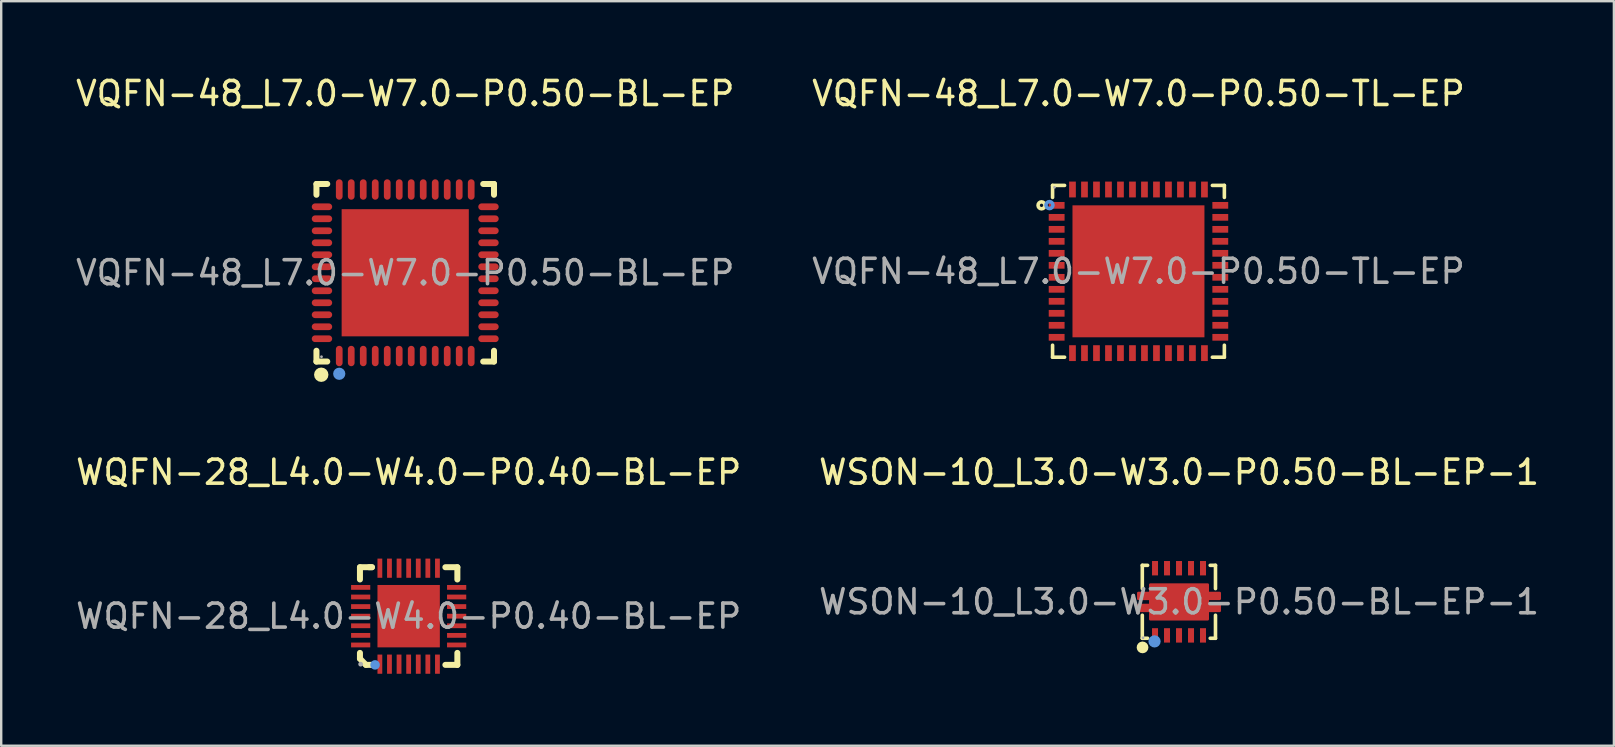
<source format=kicad_pcb>
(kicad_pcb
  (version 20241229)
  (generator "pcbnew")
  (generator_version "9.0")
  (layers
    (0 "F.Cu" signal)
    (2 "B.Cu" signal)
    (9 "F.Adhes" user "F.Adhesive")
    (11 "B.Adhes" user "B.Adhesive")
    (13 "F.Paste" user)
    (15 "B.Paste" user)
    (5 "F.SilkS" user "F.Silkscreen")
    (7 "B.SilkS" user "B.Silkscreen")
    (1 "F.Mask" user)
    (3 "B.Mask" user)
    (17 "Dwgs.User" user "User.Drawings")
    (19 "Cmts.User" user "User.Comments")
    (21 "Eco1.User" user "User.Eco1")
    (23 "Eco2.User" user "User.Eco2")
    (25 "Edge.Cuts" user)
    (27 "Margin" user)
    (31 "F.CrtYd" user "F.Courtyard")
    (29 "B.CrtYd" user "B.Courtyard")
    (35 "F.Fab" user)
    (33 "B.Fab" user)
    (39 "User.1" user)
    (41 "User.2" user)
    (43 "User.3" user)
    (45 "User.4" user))
  (footprint "VQFN-48_L7.0-W7.0-P0.50-BL-EP"
    (layer "F.Cu")
    (at 13.839 8.318)
    (property "Reference" "VQFN-48_L7.0-W7.0-P0.50-BL-EP" (at 0 -7.47 0) (layer "F.SilkS") (effects (font (size 1 1) (thickness 0.15))))
    (attr through_hole)
    (fp_line (start -3.7 -3.7) (end -3.25 -3.7) (stroke (width 0.25) (type solid)) (layer "F.SilkS"))
    (fp_line (start -3.7 -3.25) (end -3.7 -3.7) (stroke (width 0.25) (type solid)) (layer "F.SilkS"))
    (fp_line (start -3.7 3.7) (end -3.7 3.25) (stroke (width 0.25) (type solid)) (layer "F.SilkS"))
    (fp_line (start -3.25 3.7) (end -3.7 3.7) (stroke (width 0.25) (type solid)) (layer "F.SilkS"))
    (fp_line (start 3.25 3.7) (end 3.7 3.7) (stroke (width 0.25) (type solid)) (layer "F.SilkS"))
    (fp_line (start 3.7 -3.7) (end 3.25 -3.7) (stroke (width 0.25) (type solid)) (layer "F.SilkS"))
    (fp_line (start 3.7 -3.25) (end 3.7 -3.7) (stroke (width 0.25) (type solid)) (layer "F.SilkS"))
    (fp_line (start 3.7 3.7) (end 3.7 3.25) (stroke (width 0.25) (type solid)) (layer "F.SilkS"))
    (fp_arc (start -3.5 4.25) (mid -3.5 4.25) (end -3.5 4.25) (stroke (width 0.3) (type solid)) (layer "F.SilkS"))
    (fp_circle (center -2.75 4.21) (end -2.62 4.21) (stroke (width 0.25) (type solid)) (fill no) (layer "Cmts.User"))
    (fp_circle (center -3.49 3.5) (end -3.46 3.5) (stroke (width 0.06) (type solid)) (fill no) (layer "F.Fab"))
    (fp_text user "${REFERENCE}" (at 0 0 0) (layer "F.Fab") (effects (font (size 1 1) (thickness 0.15))))
    (pad "1" smd oval (at -2.75 3.47) (size 0.28 0.85) (layers "F.Cu" "F.Mask" "F.Paste"))
    (pad "2" smd oval (at -2.25 3.47) (size 0.28 0.85) (layers "F.Cu" "F.Mask" "F.Paste"))
    (pad "3" smd oval (at -1.75 3.47) (size 0.28 0.85) (layers "F.Cu" "F.Mask" "F.Paste"))
    (pad "4" smd oval (at -1.25 3.47) (size 0.28 0.85) (layers "F.Cu" "F.Mask" "F.Paste"))
    (pad "5" smd oval (at -0.75 3.47) (size 0.28 0.85) (layers "F.Cu" "F.Mask" "F.Paste"))
    (pad "6" smd oval (at -0.25 3.47) (size 0.28 0.85) (layers "F.Cu" "F.Mask" "F.Paste"))
    (pad "7" smd oval (at 0.25 3.47) (size 0.28 0.85) (layers "F.Cu" "F.Mask" "F.Paste"))
    (pad "8" smd oval (at 0.75 3.47) (size 0.28 0.85) (layers "F.Cu" "F.Mask" "F.Paste"))
    (pad "9" smd oval (at 1.25 3.47) (size 0.28 0.85) (layers "F.Cu" "F.Mask" "F.Paste"))
    (pad "10" smd oval (at 1.75 3.47) (size 0.28 0.85) (layers "F.Cu" "F.Mask" "F.Paste"))
    (pad "11" smd oval (at 2.25 3.47) (size 0.28 0.85) (layers "F.Cu" "F.Mask" "F.Paste"))
    (pad "12" smd oval (at 2.75 3.47) (size 0.28 0.85) (layers "F.Cu" "F.Mask" "F.Paste"))
    (pad "13" smd oval (at 3.47 2.75) (size 0.85 0.28) (layers "F.Cu" "F.Mask" "F.Paste"))
    (pad "14" smd oval (at 3.47 2.25) (size 0.85 0.28) (layers "F.Cu" "F.Mask" "F.Paste"))
    (pad "15" smd oval (at 3.47 1.75) (size 0.85 0.28) (layers "F.Cu" "F.Mask" "F.Paste"))
    (pad "16" smd oval (at 3.47 1.25) (size 0.85 0.28) (layers "F.Cu" "F.Mask" "F.Paste"))
    (pad "17" smd oval (at 3.47 0.75) (size 0.85 0.28) (layers "F.Cu" "F.Mask" "F.Paste"))
    (pad "18" smd oval (at 3.47 0.25) (size 0.85 0.28) (layers "F.Cu" "F.Mask" "F.Paste"))
    (pad "19" smd oval (at 3.47 -0.25) (size 0.85 0.28) (layers "F.Cu" "F.Mask" "F.Paste"))
    (pad "20" smd oval (at 3.47 -0.75) (size 0.85 0.28) (layers "F.Cu" "F.Mask" "F.Paste"))
    (pad "21" smd oval (at 3.47 -1.25) (size 0.85 0.28) (layers "F.Cu" "F.Mask" "F.Paste"))
    (pad "22" smd oval (at 3.47 -1.75) (size 0.85 0.28) (layers "F.Cu" "F.Mask" "F.Paste"))
    (pad "23" smd oval (at 3.47 -2.25) (size 0.85 0.28) (layers "F.Cu" "F.Mask" "F.Paste"))
    (pad "24" smd oval (at 3.47 -2.75) (size 0.85 0.28) (layers "F.Cu" "F.Mask" "F.Paste"))
    (pad "25" smd oval (at 2.75 -3.47) (size 0.28 0.85) (layers "F.Cu" "F.Mask" "F.Paste"))
    (pad "26" smd oval (at 2.25 -3.47) (size 0.28 0.85) (layers "F.Cu" "F.Mask" "F.Paste"))
    (pad "27" smd oval (at 1.75 -3.47) (size 0.28 0.85) (layers "F.Cu" "F.Mask" "F.Paste"))
    (pad "28" smd oval (at 1.25 -3.47) (size 0.28 0.85) (layers "F.Cu" "F.Mask" "F.Paste"))
    (pad "29" smd oval (at 0.75 -3.47) (size 0.28 0.85) (layers "F.Cu" "F.Mask" "F.Paste"))
    (pad "30" smd oval (at 0.25 -3.47) (size 0.28 0.85) (layers "F.Cu" "F.Mask" "F.Paste"))
    (pad "31" smd oval (at -0.25 -3.47) (size 0.28 0.85) (layers "F.Cu" "F.Mask" "F.Paste"))
    (pad "32" smd oval (at -0.75 -3.47) (size 0.28 0.85) (layers "F.Cu" "F.Mask" "F.Paste"))
    (pad "33" smd oval (at -1.25 -3.47) (size 0.28 0.85) (layers "F.Cu" "F.Mask" "F.Paste"))
    (pad "34" smd oval (at -1.75 -3.47) (size 0.28 0.85) (layers "F.Cu" "F.Mask" "F.Paste"))
    (pad "35" smd oval (at -2.25 -3.47) (size 0.28 0.85) (layers "F.Cu" "F.Mask" "F.Paste"))
    (pad "36" smd oval (at -2.75 -3.47) (size 0.28 0.85) (layers "F.Cu" "F.Mask" "F.Paste"))
    (pad "37" smd oval (at -3.47 -2.75) (size 0.85 0.28) (layers "F.Cu" "F.Mask" "F.Paste"))
    (pad "38" smd oval (at -3.47 -2.25) (size 0.85 0.28) (layers "F.Cu" "F.Mask" "F.Paste"))
    (pad "39" smd oval (at -3.47 -1.75) (size 0.85 0.28) (layers "F.Cu" "F.Mask" "F.Paste"))
    (pad "40" smd oval (at -3.47 -1.25) (size 0.85 0.28) (layers "F.Cu" "F.Mask" "F.Paste"))
    (pad "41" smd oval (at -3.47 -0.75) (size 0.85 0.28) (layers "F.Cu" "F.Mask" "F.Paste"))
    (pad "42" smd oval (at -3.47 -0.25) (size 0.85 0.28) (layers "F.Cu" "F.Mask" "F.Paste"))
    (pad "43" smd oval (at -3.47 0.25) (size 0.85 0.28) (layers "F.Cu" "F.Mask" "F.Paste"))
    (pad "44" smd oval (at -3.47 0.75) (size 0.85 0.28) (layers "F.Cu" "F.Mask" "F.Paste"))
    (pad "45" smd oval (at -3.47 1.25) (size 0.85 0.28) (layers "F.Cu" "F.Mask" "F.Paste"))
    (pad "46" smd oval (at -3.47 1.75) (size 0.85 0.28) (layers "F.Cu" "F.Mask" "F.Paste"))
    (pad "47" smd oval (at -3.47 2.25) (size 0.85 0.28) (layers "F.Cu" "F.Mask" "F.Paste"))
    (pad "48" smd oval (at -3.47 2.75) (size 0.85 0.28) (layers "F.Cu" "F.Mask" "F.Paste"))
    (pad "49" smd rect (at 0 0) (size 5.3 5.3) (layers "F.Cu" "F.Mask" "F.Paste")))
  (footprint "WSON-10_L3.0-W3.0-P0.50-BL-EP-1"
    (layer "F.Cu")
    (at 46.089 22.032)
    (property "Reference" "WSON-10_L3.0-W3.0-P0.50-BL-EP-1" (at 0 -5.4 0) (layer "F.SilkS") (effects (font (size 1 1) (thickness 0.15))))
    (attr through_hole)
    (fp_line (start -1.53 -1.52) (end -1.53 -0.55) (stroke (width 0.15) (type solid)) (layer "F.SilkS"))
    (fp_line (start -1.53 0.56) (end -1.53 1.52) (stroke (width 0.15) (type solid)) (layer "F.SilkS"))
    (fp_line (start -1.53 1.52) (end -1.31 1.52) (stroke (width 0.15) (type solid)) (layer "F.SilkS"))
    (fp_line (start -1.31 -1.52) (end -1.53 -1.52) (stroke (width 0.15) (type solid)) (layer "F.SilkS"))
    (fp_line (start 1.3 1.52) (end 1.52 1.52) (stroke (width 0.15) (type solid)) (layer "F.SilkS"))
    (fp_line (start 1.52 -1.52) (end 1.3 -1.52) (stroke (width 0.15) (type solid)) (layer "F.SilkS"))
    (fp_line (start 1.52 -0.55) (end 1.52 -1.52) (stroke (width 0.15) (type solid)) (layer "F.SilkS"))
    (fp_line (start 1.52 1.52) (end 1.52 0.56) (stroke (width 0.15) (type solid)) (layer "F.SilkS"))
    (fp_arc (start -1.52 1.78) (mid -1.514996 2.019896) (end -1.53 1.780417) (stroke (width 0.25) (type solid)) (layer "F.SilkS"))
    (fp_circle (center -1.02 1.65) (end -0.89 1.65) (stroke (width 0.25) (type solid)) (fill no) (layer "Cmts.User"))
    (fp_circle (center -1.5 1.5) (end -1.47 1.5) (stroke (width 0.06) (type solid)) (fill no) (layer "F.Fab"))
    (fp_text user "${REFERENCE}" (at 0 0 0) (layer "F.Fab") (effects (font (size 1 1) (thickness 0.15))))
    (pad "1" smd rect (at -1 1.4 180) (size 0.25 0.6) (layers "F.Cu" "F.Mask" "F.Paste"))
    (pad "2" smd rect (at -0.5 1.4 180) (size 0.25 0.6) (layers "F.Cu" "F.Mask" "F.Paste"))
    (pad "3" smd rect (at 0 1.4 180) (size 0.25 0.6) (layers "F.Cu" "F.Mask" "F.Paste"))
    (pad "4" smd rect (at 0.5 1.4 180) (size 0.25 0.6) (layers "F.Cu" "F.Mask" "F.Paste"))
    (pad "5" smd rect (at 1 1.4 180) (size 0.25 0.6) (layers "F.Cu" "F.Mask" "F.Paste"))
    (pad "6" smd rect (at 1 -1.4) (size 0.25 0.6) (layers "F.Cu" "F.Mask" "F.Paste"))
    (pad "7" smd rect (at 0.5 -1.4) (size 0.25 0.6) (layers "F.Cu" "F.Mask" "F.Paste"))
    (pad "8" smd rect (at 0 -1.4) (size 0.25 0.6) (layers "F.Cu" "F.Mask" "F.Paste"))
    (pad "9" smd rect (at -0.5 -1.4) (size 0.25 0.6) (layers "F.Cu" "F.Mask" "F.Paste"))
    (pad "10" smd rect (at -1 -1.4) (size 0.25 0.6) (layers "F.Cu" "F.Mask" "F.Paste"))
    (pad "11" smd custom (at 0 0) (size 1 1) (layers "F.Cu" "F.Mask" "F.Paste") (options (anchor circle)) (primitives (gr_poly (pts (xy -1.7 0.13) (xy -1.2 0.13) (xy -1.2 -0.12) (xy -1.7 -0.12) (xy -1.7 -0.37) (xy -1.2 -0.37) (xy -1.2 -0.72) (xy 1.2 -0.72) (xy 1.2 -0.37) (xy 1.7 -0.37) (xy 1.7 -0.12) (xy 1.2 -0.12) (xy 1.2 0.13) (xy 1.7 0.13) (xy 1.7 0.38) (xy 1.2 0.38) (xy 1.2 0.73) (xy -1.2 0.73) (xy -1.2 0.38) (xy -1.7 0.38)) (width 0.1) (fill yes)))))
  (footprint "VQFN-48_L7.0-W7.0-P0.50-TL-EP"
    (layer "F.Cu")
    (at 44.399 8.258)
    (property "Reference" "VQFN-48_L7.0-W7.0-P0.50-TL-EP" (at 0 -7.41 0) (layer "F.SilkS") (effects (font (size 1 1) (thickness 0.15))))
    (attr through_hole)
    (fp_line (start -3.58 -3.58) (end -3.58 -3.08) (stroke (width 0.15) (type solid)) (layer "F.SilkS"))
    (fp_line (start -3.58 3.58) (end -3.58 3.08) (stroke (width 0.15) (type solid)) (layer "F.SilkS"))
    (fp_line (start -3.08 -3.58) (end -3.58 -3.58) (stroke (width 0.15) (type solid)) (layer "F.SilkS"))
    (fp_line (start -3.08 3.58) (end -3.58 3.58) (stroke (width 0.15) (type solid)) (layer "F.SilkS"))
    (fp_line (start 3.08 -3.58) (end 3.58 -3.58) (stroke (width 0.15) (type solid)) (layer "F.SilkS"))
    (fp_line (start 3.08 3.58) (end 3.58 3.58) (stroke (width 0.15) (type solid)) (layer "F.SilkS"))
    (fp_line (start 3.58 -3.58) (end 3.58 -3.08) (stroke (width 0.15) (type solid)) (layer "F.SilkS"))
    (fp_line (start 3.58 3.58) (end 3.58 3.08) (stroke (width 0.15) (type solid)) (layer "F.SilkS"))
    (fp_circle (center -4.04 -2.75) (end -3.97 -2.75) (stroke (width 0.15) (type solid)) (fill no) (layer "F.SilkS"))
    (fp_circle (center -3.71 -2.76) (end -3.64 -2.76) (stroke (width 0.15) (type solid)) (fill no) (layer "Cmts.User"))
    (fp_circle (center -3.5 -3.5) (end -3.47 -3.5) (stroke (width 0.06) (type solid)) (fill no) (layer "F.Fab"))
    (fp_text user "${REFERENCE}" (at 0 0 0) (layer "F.Fab") (effects (font (size 1 1) (thickness 0.15))))
    (pad "1" smd rect (at -3.41 -2.75) (size 0.66 0.28) (layers "F.Cu" "F.Mask" "F.Paste"))
    (pad "2" smd rect (at -3.41 -2.25) (size 0.66 0.28) (layers "F.Cu" "F.Mask" "F.Paste"))
    (pad "3" smd rect (at -3.41 -1.75) (size 0.66 0.28) (layers "F.Cu" "F.Mask" "F.Paste"))
    (pad "4" smd rect (at -3.41 -1.25) (size 0.66 0.28) (layers "F.Cu" "F.Mask" "F.Paste"))
    (pad "5" smd rect (at -3.41 -0.75) (size 0.66 0.28) (layers "F.Cu" "F.Mask" "F.Paste"))
    (pad "6" smd rect (at -3.41 -0.25) (size 0.66 0.28) (layers "F.Cu" "F.Mask" "F.Paste"))
    (pad "7" smd rect (at -3.41 0.25) (size 0.66 0.28) (layers "F.Cu" "F.Mask" "F.Paste"))
    (pad "8" smd rect (at -3.41 0.75) (size 0.66 0.28) (layers "F.Cu" "F.Mask" "F.Paste"))
    (pad "9" smd rect (at -3.41 1.25) (size 0.66 0.28) (layers "F.Cu" "F.Mask" "F.Paste"))
    (pad "10" smd rect (at -3.41 1.75) (size 0.66 0.28) (layers "F.Cu" "F.Mask" "F.Paste"))
    (pad "11" smd rect (at -3.41 2.25) (size 0.66 0.28) (layers "F.Cu" "F.Mask" "F.Paste"))
    (pad "12" smd rect (at -3.41 2.75) (size 0.66 0.28) (layers "F.Cu" "F.Mask" "F.Paste"))
    (pad "13" smd rect (at -2.75 3.41) (size 0.28 0.66) (layers "F.Cu" "F.Mask" "F.Paste"))
    (pad "14" smd rect (at -2.25 3.41) (size 0.28 0.66) (layers "F.Cu" "F.Mask" "F.Paste"))
    (pad "15" smd rect (at -1.75 3.41) (size 0.28 0.66) (layers "F.Cu" "F.Mask" "F.Paste"))
    (pad "16" smd rect (at -1.25 3.41) (size 0.28 0.66) (layers "F.Cu" "F.Mask" "F.Paste"))
    (pad "17" smd rect (at -0.75 3.41) (size 0.28 0.66) (layers "F.Cu" "F.Mask" "F.Paste"))
    (pad "18" smd rect (at -0.25 3.41) (size 0.28 0.66) (layers "F.Cu" "F.Mask" "F.Paste"))
    (pad "19" smd rect (at 0.25 3.41) (size 0.28 0.66) (layers "F.Cu" "F.Mask" "F.Paste"))
    (pad "20" smd rect (at 0.75 3.41) (size 0.28 0.66) (layers "F.Cu" "F.Mask" "F.Paste"))
    (pad "21" smd rect (at 1.25 3.41) (size 0.28 0.66) (layers "F.Cu" "F.Mask" "F.Paste"))
    (pad "22" smd rect (at 1.75 3.41) (size 0.28 0.66) (layers "F.Cu" "F.Mask" "F.Paste"))
    (pad "23" smd rect (at 2.25 3.41) (size 0.28 0.66) (layers "F.Cu" "F.Mask" "F.Paste"))
    (pad "24" smd rect (at 2.75 3.41) (size 0.28 0.66) (layers "F.Cu" "F.Mask" "F.Paste"))
    (pad "25" smd rect (at 3.41 2.75) (size 0.66 0.28) (layers "F.Cu" "F.Mask" "F.Paste"))
    (pad "26" smd rect (at 3.41 2.25) (size 0.66 0.28) (layers "F.Cu" "F.Mask" "F.Paste"))
    (pad "27" smd rect (at 3.41 1.75) (size 0.66 0.28) (layers "F.Cu" "F.Mask" "F.Paste"))
    (pad "28" smd rect (at 3.41 1.25) (size 0.66 0.28) (layers "F.Cu" "F.Mask" "F.Paste"))
    (pad "29" smd rect (at 3.41 0.75) (size 0.66 0.28) (layers "F.Cu" "F.Mask" "F.Paste"))
    (pad "30" smd rect (at 3.41 0.25) (size 0.66 0.28) (layers "F.Cu" "F.Mask" "F.Paste"))
    (pad "31" smd rect (at 3.41 -0.25) (size 0.66 0.28) (layers "F.Cu" "F.Mask" "F.Paste"))
    (pad "32" smd rect (at 3.41 -0.75) (size 0.66 0.28) (layers "F.Cu" "F.Mask" "F.Paste"))
    (pad "33" smd rect (at 3.41 -1.25) (size 0.66 0.28) (layers "F.Cu" "F.Mask" "F.Paste"))
    (pad "34" smd rect (at 3.41 -1.75) (size 0.66 0.28) (layers "F.Cu" "F.Mask" "F.Paste"))
    (pad "35" smd rect (at 3.41 -2.25) (size 0.66 0.28) (layers "F.Cu" "F.Mask" "F.Paste"))
    (pad "36" smd rect (at 3.41 -2.75) (size 0.66 0.28) (layers "F.Cu" "F.Mask" "F.Paste"))
    (pad "37" smd rect (at 2.75 -3.41) (size 0.28 0.66) (layers "F.Cu" "F.Mask" "F.Paste"))
    (pad "38" smd rect (at 2.25 -3.41) (size 0.28 0.66) (layers "F.Cu" "F.Mask" "F.Paste"))
    (pad "39" smd rect (at 1.75 -3.41) (size 0.28 0.66) (layers "F.Cu" "F.Mask" "F.Paste"))
    (pad "40" smd rect (at 1.25 -3.41) (size 0.28 0.66) (layers "F.Cu" "F.Mask" "F.Paste"))
    (pad "41" smd rect (at 0.75 -3.41) (size 0.28 0.66) (layers "F.Cu" "F.Mask" "F.Paste"))
    (pad "42" smd rect (at 0.25 -3.41) (size 0.28 0.66) (layers "F.Cu" "F.Mask" "F.Paste"))
    (pad "43" smd rect (at -0.25 -3.41) (size 0.28 0.66) (layers "F.Cu" "F.Mask" "F.Paste"))
    (pad "44" smd rect (at -0.75 -3.41) (size 0.28 0.66) (layers "F.Cu" "F.Mask" "F.Paste"))
    (pad "45" smd rect (at -1.25 -3.41) (size 0.28 0.66) (layers "F.Cu" "F.Mask" "F.Paste"))
    (pad "46" smd rect (at -1.75 -3.41) (size 0.28 0.66) (layers "F.Cu" "F.Mask" "F.Paste"))
    (pad "47" smd rect (at -2.25 -3.41) (size 0.28 0.66) (layers "F.Cu" "F.Mask" "F.Paste"))
    (pad "48" smd rect (at -2.75 -3.41) (size 0.28 0.66) (layers "F.Cu" "F.Mask" "F.Paste"))
    (pad "49" smd rect (at 0 0) (size 5.5 5.5) (layers "F.Cu" "F.Mask" "F.Paste")))
  (footprint "WQFN-28_L4.0-W4.0-P0.40-BL-EP"
    (layer "F.Cu")
    (at 13.982 22.631)
    (property "Reference" "WQFN-28_L4.0-W4.0-P0.40-BL-EP" (at 0 -6 0) (layer "F.SilkS") (effects (font (size 1 1) (thickness 0.15))))
    (attr through_hole)
    (fp_line (start -2.03 -2.04) (end -2.03 -1.53) (stroke (width 0.25) (type solid)) (layer "F.SilkS"))
    (fp_line (start -2.03 1.53) (end -2.03 1.77) (stroke (width 0.25) (type solid)) (layer "F.SilkS"))
    (fp_line (start -2.03 1.77) (end -1.78 2.03) (stroke (width 0.25) (type solid)) (layer "F.SilkS"))
    (fp_line (start -1.78 2.03) (end -1.53 2.03) (stroke (width 0.25) (type solid)) (layer "F.SilkS"))
    (fp_line (start -1.53 -2.04) (end -2.03 -2.04) (stroke (width 0.25) (type solid)) (layer "F.SilkS"))
    (fp_line (start -1.53 -2.04) (end -1.65 -2.04) (stroke (width 0.25) (type solid)) (layer "F.SilkS"))
    (fp_line (start 1.53 2.03) (end 2.03 2.03) (stroke (width 0.25) (type solid)) (layer "F.SilkS"))
    (fp_line (start 2.03 -2.04) (end 1.53 -2.04) (stroke (width 0.25) (type solid)) (layer "F.SilkS"))
    (fp_line (start 2.03 -1.53) (end 2.03 -2.04) (stroke (width 0.25) (type solid)) (layer "F.SilkS"))
    (fp_line (start 2.03 2.03) (end 2.03 1.53) (stroke (width 0.25) (type solid)) (layer "F.SilkS"))
    (fp_circle (center -1.4 2.03) (end -1.3 2.03) (stroke (width 0.2) (type solid)) (fill no) (layer "Cmts.User"))
    (fp_circle (center -2 2) (end -1.95 2) (stroke (width 0.1) (type solid)) (fill no) (layer "F.Fab"))
    (fp_text user "${REFERENCE}" (at 0 0 0) (layer "F.Fab") (effects (font (size 1 1) (thickness 0.15))))
    (pad "1" smd rect (at -1.2 2) (size 0.2 0.8) (layers "F.Cu" "F.Mask" "F.Paste"))
    (pad "2" smd rect (at -0.8 2) (size 0.2 0.8) (layers "F.Cu" "F.Mask" "F.Paste"))
    (pad "3" smd rect (at -0.4 2) (size 0.2 0.8) (layers "F.Cu" "F.Mask" "F.Paste"))
    (pad "4" smd rect (at 0 2) (size 0.2 0.8) (layers "F.Cu" "F.Mask" "F.Paste"))
    (pad "5" smd rect (at 0.4 2) (size 0.2 0.8) (layers "F.Cu" "F.Mask" "F.Paste"))
    (pad "6" smd rect (at 0.8 2) (size 0.2 0.8) (layers "F.Cu" "F.Mask" "F.Paste"))
    (pad "7" smd rect (at 1.2 2) (size 0.2 0.8) (layers "F.Cu" "F.Mask" "F.Paste"))
    (pad "8" smd rect (at 2 1.2 270) (size 0.2 0.8) (layers "F.Cu" "F.Mask" "F.Paste"))
    (pad "9" smd rect (at 2 0.8 270) (size 0.2 0.8) (layers "F.Cu" "F.Mask" "F.Paste"))
    (pad "10" smd rect (at 2 0.4 270) (size 0.2 0.8) (layers "F.Cu" "F.Mask" "F.Paste"))
    (pad "11" smd rect (at 2 0 270) (size 0.2 0.8) (layers "F.Cu" "F.Mask" "F.Paste"))
    (pad "12" smd rect (at 2 -0.4 270) (size 0.2 0.8) (layers "F.Cu" "F.Mask" "F.Paste"))
    (pad "13" smd rect (at 2 -0.8 270) (size 0.2 0.8) (layers "F.Cu" "F.Mask" "F.Paste"))
    (pad "14" smd rect (at 2 -1.2 270) (size 0.2 0.8) (layers "F.Cu" "F.Mask" "F.Paste"))
    (pad "15" smd rect (at 1.2 -2) (size 0.2 0.8) (layers "F.Cu" "F.Mask" "F.Paste"))
    (pad "16" smd rect (at 0.8 -2) (size 0.2 0.8) (layers "F.Cu" "F.Mask" "F.Paste"))
    (pad "17" smd rect (at 0.4 -2) (size 0.2 0.8) (layers "F.Cu" "F.Mask" "F.Paste"))
    (pad "18" smd rect (at 0 -2) (size 0.2 0.8) (layers "F.Cu" "F.Mask" "F.Paste"))
    (pad "19" smd rect (at -0.4 -2) (size 0.2 0.8) (layers "F.Cu" "F.Mask" "F.Paste"))
    (pad "20" smd rect (at -0.8 -2) (size 0.2 0.8) (layers "F.Cu" "F.Mask" "F.Paste"))
    (pad "21" smd rect (at -1.2 -2) (size 0.2 0.8) (layers "F.Cu" "F.Mask" "F.Paste"))
    (pad "22" smd rect (at -2 -1.2 270) (size 0.2 0.8) (layers "F.Cu" "F.Mask" "F.Paste"))
    (pad "23" smd rect (at -2 -0.8 270) (size 0.2 0.8) (layers "F.Cu" "F.Mask" "F.Paste"))
    (pad "24" smd rect (at -2 -0.4 270) (size 0.2 0.8) (layers "F.Cu" "F.Mask" "F.Paste"))
    (pad "25" smd rect (at -2 0 270) (size 0.2 0.8) (layers "F.Cu" "F.Mask" "F.Paste"))
    (pad "26" smd rect (at -2 0.4 270) (size 0.2 0.8) (layers "F.Cu" "F.Mask" "F.Paste"))
    (pad "27" smd rect (at -2 0.8 270) (size 0.2 0.8) (layers "F.Cu" "F.Mask" "F.Paste"))
    (pad "28" smd rect (at -2 1.2 270) (size 0.2 0.8) (layers "F.Cu" "F.Mask" "F.Paste"))
    (pad "29" smd rect (at 0 0 270) (size 2.6 2.6) (layers "F.Cu" "F.Mask" "F.Paste")))
  (gr_rect
    (start -3 -3)
    (end 64.214 28.032)
    (stroke (width 0.1) (type default))
    (fill no)
    (layer "Edge.Cuts")))
</source>
